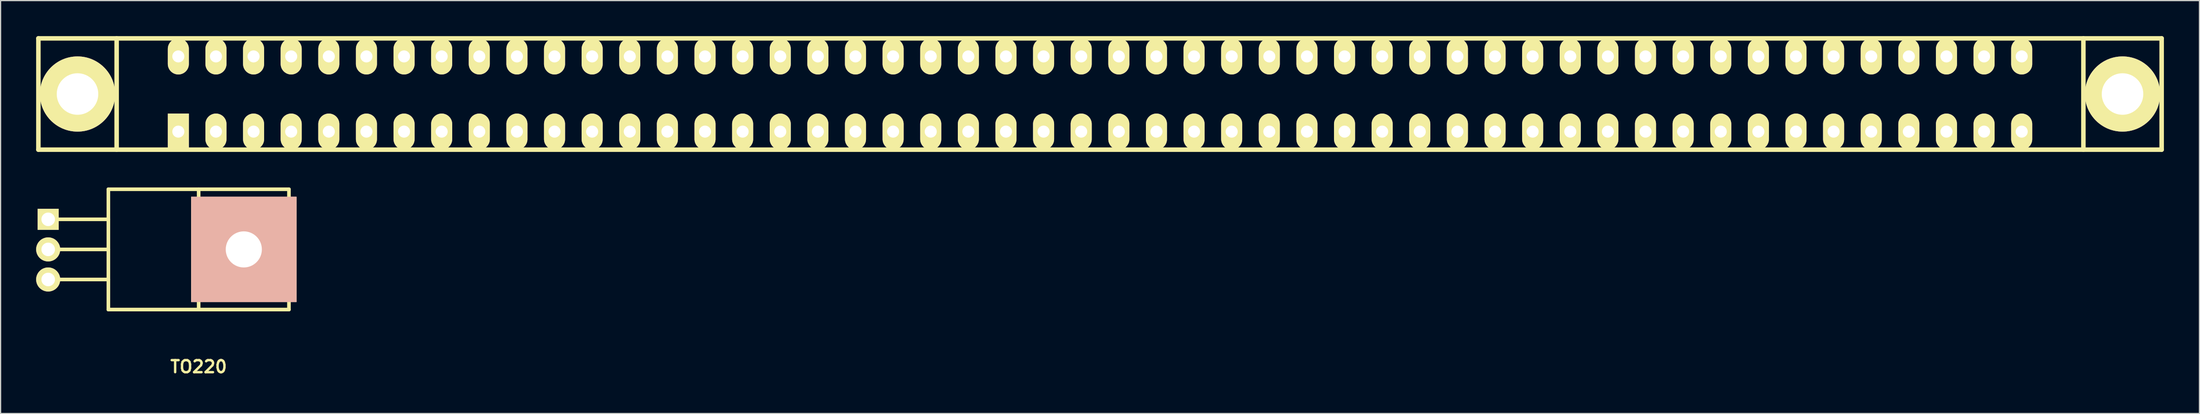
<source format=kicad_pcb>
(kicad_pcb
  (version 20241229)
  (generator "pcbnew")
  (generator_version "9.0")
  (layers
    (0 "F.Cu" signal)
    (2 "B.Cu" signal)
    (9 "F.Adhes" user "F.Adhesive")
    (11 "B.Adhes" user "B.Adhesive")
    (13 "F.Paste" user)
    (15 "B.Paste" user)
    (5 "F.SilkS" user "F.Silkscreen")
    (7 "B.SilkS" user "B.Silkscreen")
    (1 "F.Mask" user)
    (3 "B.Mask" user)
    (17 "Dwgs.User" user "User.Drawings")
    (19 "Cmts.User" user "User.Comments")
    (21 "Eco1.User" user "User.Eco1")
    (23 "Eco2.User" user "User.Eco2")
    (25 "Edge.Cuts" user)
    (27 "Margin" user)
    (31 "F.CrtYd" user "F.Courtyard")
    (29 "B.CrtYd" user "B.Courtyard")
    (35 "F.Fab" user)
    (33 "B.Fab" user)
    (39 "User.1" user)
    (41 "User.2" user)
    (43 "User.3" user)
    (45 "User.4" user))
  (footprint "TO220"
    (layer "F.Cu")
    (at 1.016 18.011)
    (property "Reference" "TO220" (at 12.7 9.906 0) (layer "F.SilkS") (effects (font (size 1.016 1.016) (thickness 0.203))))
    (fp_line (start 0 -2.54) (end 5.08 -2.54) (stroke (width 0.305) (type solid)) (layer "F.SilkS"))
    (fp_line (start 0 0) (end 5.08 0) (stroke (width 0.305) (type solid)) (layer "F.SilkS"))
    (fp_line (start 0 2.54) (end 5.08 2.54) (stroke (width 0.305) (type solid)) (layer "F.SilkS"))
    (fp_line (start 5.08 -5.08) (end 5.08 5.08) (stroke (width 0.305) (type solid)) (layer "F.SilkS"))
    (fp_line (start 5.08 5.08) (end 20.32 5.08) (stroke (width 0.305) (type solid)) (layer "F.SilkS"))
    (fp_line (start 12.7 3.81) (end 12.7 -5.08) (stroke (width 0.305) (type solid)) (layer "F.SilkS"))
    (fp_line (start 12.7 3.81) (end 12.7 5.08) (stroke (width 0.305) (type solid)) (layer "F.SilkS"))
    (fp_line (start 20.32 -5.08) (end 5.08 -5.08) (stroke (width 0.305) (type solid)) (layer "F.SilkS"))
    (fp_line (start 20.32 5.08) (end 20.32 -5.08) (stroke (width 0.305) (type solid)) (layer "F.SilkS"))
    (pad "1" thru_hole rect (at 0 -2.54) (size 1.778 1.778) (drill 1.143) (layers "*.Cu" "*.Mask" "F.SilkS"))
    (pad "2" thru_hole circle (at 0 0) (size 2.032 2.032) (drill 1.143) (layers "*.Cu" "*.Mask" "F.SilkS"))
    (pad "3" thru_hole circle (at 0 2.54) (size 2.032 2.032) (drill 1.143) (layers "*.Cu" "*.Mask" "F.SilkS"))
    (pad "4" thru_hole rect (at 16.51 0) (size 8.89 8.89) (drill 3.048) (layers "*.Cu" "*.SilkS" "*.Mask")))
  (footprint "S100_FEMALE"
    (layer "F.Cu")
    (at 89.667 4.884)
    (property "Reference" "S100_FEMALE" (at 0.127 -4.699 180) (layer "F.SilkS") (effects (font (size 0.127 0.127) (thickness 0.025))))
    (fp_line (start -89.477 4.704) (end -89.477 -4.694) (stroke (width 0.381) (type solid)) (layer "F.SilkS"))
    (fp_line (start -89.477 4.704) (end 89.72 4.704) (stroke (width 0.381) (type solid)) (layer "F.SilkS"))
    (fp_line (start -82.873 -4.694) (end -82.873 4.704) (stroke (width 0.381) (type solid)) (layer "F.SilkS"))
    (fp_line (start 83.116 -4.694) (end 83.116 4.704) (stroke (width 0.381) (type solid)) (layer "F.SilkS"))
    (fp_line (start 89.72 -4.694) (end -89.477 -4.694) (stroke (width 0.381) (type solid)) (layer "F.SilkS"))
    (fp_line (start 89.72 4.704) (end 89.72 -4.694) (stroke (width 0.381) (type solid)) (layer "F.SilkS"))
    (pad "1" thru_hole rect (at -77.666 3.18) (size 1.778 3.048) (drill 1.016) (layers "*.Cu" "*.Mask" "F.SilkS"))
    (pad "2" thru_hole oval (at -74.491 3.18) (size 1.778 3.048) (drill 1.016) (layers "*.Cu" "*.Mask" "F.SilkS"))
    (pad "3" thru_hole oval (at -71.316 3.18) (size 1.778 3.048) (drill 1.016) (layers "*.Cu" "*.Mask" "F.SilkS"))
    (pad "4" thru_hole oval (at -68.141 3.18) (size 1.778 3.048) (drill 1.016) (layers "*.Cu" "*.Mask" "F.SilkS"))
    (pad "5" thru_hole oval (at -64.966 3.18) (size 1.778 3.048) (drill 1.016) (layers "*.Cu" "*.Mask" "F.SilkS"))
    (pad "6" thru_hole oval (at -61.791 3.18) (size 1.778 3.048) (drill 1.016) (layers "*.Cu" "*.Mask" "F.SilkS"))
    (pad "7" thru_hole oval (at -58.616 3.18) (size 1.778 3.048) (drill 1.016) (layers "*.Cu" "*.Mask" "F.SilkS"))
    (pad "8" thru_hole oval (at -55.441 3.18) (size 1.778 3.048) (drill 1.016) (layers "*.Cu" "*.Mask" "F.SilkS"))
    (pad "9" thru_hole oval (at -52.266 3.18) (size 1.778 3.048) (drill 1.016) (layers "*.Cu" "*.Mask" "F.SilkS"))
    (pad "10" thru_hole oval (at -49.091 3.18) (size 1.778 3.048) (drill 1.016) (layers "*.Cu" "*.Mask" "F.SilkS"))
    (pad "11" thru_hole oval (at -45.916 3.18) (size 1.778 3.048) (drill 1.016) (layers "*.Cu" "*.Mask" "F.SilkS"))
    (pad "12" thru_hole oval (at -42.741 3.18) (size 1.778 3.048) (drill 1.016) (layers "*.Cu" "*.Mask" "F.SilkS"))
    (pad "13" thru_hole oval (at -39.566 3.18) (size 1.778 3.048) (drill 1.016) (layers "*.Cu" "*.Mask" "F.SilkS"))
    (pad "14" thru_hole oval (at -36.391 3.18) (size 1.778 3.048) (drill 1.016) (layers "*.Cu" "*.Mask" "F.SilkS"))
    (pad "15" thru_hole oval (at -33.216 3.18) (size 1.778 3.048) (drill 1.016) (layers "*.Cu" "*.Mask" "F.SilkS"))
    (pad "16" thru_hole oval (at -30.041 3.18) (size 1.778 3.048) (drill 1.016) (layers "*.Cu" "*.Mask" "F.SilkS"))
    (pad "17" thru_hole oval (at -26.866 3.18) (size 1.778 3.048) (drill 1.016) (layers "*.Cu" "*.Mask" "F.SilkS"))
    (pad "18" thru_hole oval (at -23.691 3.18) (size 1.778 3.048) (drill 1.016) (layers "*.Cu" "*.Mask" "F.SilkS"))
    (pad "19" thru_hole oval (at -20.516 3.18) (size 1.778 3.048) (drill 1.016) (layers "*.Cu" "*.Mask" "F.SilkS"))
    (pad "20" thru_hole oval (at -17.341 3.18) (size 1.778 3.048) (drill 1.016) (layers "*.Cu" "*.Mask" "F.SilkS"))
    (pad "21" thru_hole oval (at -14.166 3.18) (size 1.778 3.048) (drill 1.016) (layers "*.Cu" "*.Mask" "F.SilkS"))
    (pad "22" thru_hole oval (at -10.991 3.18) (size 1.778 3.048) (drill 1.016) (layers "*.Cu" "*.Mask" "F.SilkS"))
    (pad "23" thru_hole oval (at -7.816 3.18) (size 1.778 3.048) (drill 1.016) (layers "*.Cu" "*.Mask" "F.SilkS"))
    (pad "24" thru_hole oval (at -4.641 3.18) (size 1.778 3.048) (drill 1.016) (layers "*.Cu" "*.Mask" "F.SilkS"))
    (pad "25" thru_hole oval (at -1.466 3.18) (size 1.778 3.048) (drill 1.016) (layers "*.Cu" "*.Mask" "F.SilkS"))
    (pad "26" thru_hole oval (at 1.709 3.18) (size 1.778 3.048) (drill 1.016) (layers "*.Cu" "*.Mask" "F.SilkS"))
    (pad "27" thru_hole oval (at 4.884 3.18) (size 1.778 3.048) (drill 1.016) (layers "*.Cu" "*.Mask" "F.SilkS"))
    (pad "28" thru_hole oval (at 8.059 3.18) (size 1.778 3.048) (drill 1.016) (layers "*.Cu" "*.Mask" "F.SilkS"))
    (pad "29" thru_hole oval (at 11.234 3.18) (size 1.778 3.048) (drill 1.016) (layers "*.Cu" "*.Mask" "F.SilkS"))
    (pad "30" thru_hole oval (at 14.409 3.18) (size 1.778 3.048) (drill 1.016) (layers "*.Cu" "*.Mask" "F.SilkS"))
    (pad "31" thru_hole oval (at 17.584 3.18) (size 1.778 3.048) (drill 1.016) (layers "*.Cu" "*.Mask" "F.SilkS"))
    (pad "32" thru_hole oval (at 20.759 3.18) (size 1.778 3.048) (drill 1.016) (layers "*.Cu" "*.Mask" "F.SilkS"))
    (pad "33" thru_hole oval (at 23.934 3.18) (size 1.778 3.048) (drill 1.016) (layers "*.Cu" "*.Mask" "F.SilkS"))
    (pad "34" thru_hole oval (at 27.109 3.18) (size 1.778 3.048) (drill 1.016) (layers "*.Cu" "*.Mask" "F.SilkS"))
    (pad "35" thru_hole oval (at 30.284 3.18) (size 1.778 3.048) (drill 1.016) (layers "*.Cu" "*.Mask" "F.SilkS"))
    (pad "36" thru_hole oval (at 33.459 3.18) (size 1.778 3.048) (drill 1.016) (layers "*.Cu" "*.Mask" "F.SilkS"))
    (pad "37" thru_hole oval (at 36.634 3.18) (size 1.778 3.048) (drill 1.016) (layers "*.Cu" "*.Mask" "F.SilkS"))
    (pad "38" thru_hole oval (at 39.809 3.18) (size 1.778 3.048) (drill 1.016) (layers "*.Cu" "*.Mask" "F.SilkS"))
    (pad "39" thru_hole oval (at 42.984 3.18) (size 1.778 3.048) (drill 1.016) (layers "*.Cu" "*.Mask" "F.SilkS"))
    (pad "40" thru_hole oval (at 46.159 3.18) (size 1.778 3.048) (drill 1.016) (layers "*.Cu" "*.Mask" "F.SilkS"))
    (pad "41" thru_hole oval (at 49.334 3.18) (size 1.778 3.048) (drill 1.016) (layers "*.Cu" "*.Mask" "F.SilkS"))
    (pad "42" thru_hole oval (at 52.509 3.18) (size 1.778 3.048) (drill 1.016) (layers "*.Cu" "*.Mask" "F.SilkS"))
    (pad "43" thru_hole oval (at 55.684 3.18) (size 1.778 3.048) (drill 1.016) (layers "*.Cu" "*.Mask" "F.SilkS"))
    (pad "44" thru_hole oval (at 58.859 3.18) (size 1.778 3.048) (drill 1.016) (layers "*.Cu" "*.Mask" "F.SilkS"))
    (pad "45" thru_hole oval (at 62.034 3.18) (size 1.778 3.048) (drill 1.016) (layers "*.Cu" "*.Mask" "F.SilkS"))
    (pad "46" thru_hole oval (at 65.209 3.18) (size 1.778 3.048) (drill 1.016) (layers "*.Cu" "*.Mask" "F.SilkS"))
    (pad "47" thru_hole oval (at 68.384 3.18) (size 1.778 3.048) (drill 1.016) (layers "*.Cu" "*.Mask" "F.SilkS"))
    (pad "48" thru_hole oval (at 71.559 3.18) (size 1.778 3.048) (drill 1.016) (layers "*.Cu" "*.Mask" "F.SilkS"))
    (pad "49" thru_hole oval (at 74.734 3.18) (size 1.778 3.048) (drill 1.016) (layers "*.Cu" "*.Mask" "F.SilkS"))
    (pad "50" thru_hole oval (at 77.909 3.18) (size 1.778 3.048) (drill 1.016) (layers "*.Cu" "*.Mask" "F.SilkS"))
    (pad "51" thru_hole oval (at -77.666 -3.17) (size 1.778 3.048) (drill 1.016) (layers "*.Cu" "*.Mask" "F.SilkS"))
    (pad "52" thru_hole oval (at -74.491 -3.17) (size 1.778 3.048) (drill 1.016) (layers "*.Cu" "*.Mask" "F.SilkS"))
    (pad "53" thru_hole oval (at -71.316 -3.17) (size 1.778 3.048) (drill 1.016) (layers "*.Cu" "*.Mask" "F.SilkS"))
    (pad "54" thru_hole oval (at -68.141 -3.17) (size 1.778 3.048) (drill 1.016) (layers "*.Cu" "*.Mask" "F.SilkS"))
    (pad "55" thru_hole oval (at -64.966 -3.17) (size 1.778 3.048) (drill 1.016) (layers "*.Cu" "*.Mask" "F.SilkS"))
    (pad "56" thru_hole oval (at -61.791 -3.17) (size 1.778 3.048) (drill 1.016) (layers "*.Cu" "*.Mask" "F.SilkS"))
    (pad "57" thru_hole oval (at -58.616 -3.17) (size 1.778 3.048) (drill 1.016) (layers "*.Cu" "*.Mask" "F.SilkS"))
    (pad "58" thru_hole oval (at -55.441 -3.17) (size 1.778 3.048) (drill 1.016) (layers "*.Cu" "*.Mask" "F.SilkS"))
    (pad "59" thru_hole oval (at -52.266 -3.17) (size 1.778 3.048) (drill 1.016) (layers "*.Cu" "*.Mask" "F.SilkS"))
    (pad "60" thru_hole oval (at -49.091 -3.17) (size 1.778 3.048) (drill 1.016) (layers "*.Cu" "*.Mask" "F.SilkS"))
    (pad "61" thru_hole oval (at -45.916 -3.17) (size 1.778 3.048) (drill 1.016) (layers "*.Cu" "*.Mask" "F.SilkS"))
    (pad "62" thru_hole oval (at -42.741 -3.17) (size 1.778 3.048) (drill 1.016) (layers "*.Cu" "*.Mask" "F.SilkS"))
    (pad "63" thru_hole oval (at -39.566 -3.17) (size 1.778 3.048) (drill 1.016) (layers "*.Cu" "*.Mask" "F.SilkS"))
    (pad "64" thru_hole oval (at -36.391 -3.17) (size 1.778 3.048) (drill 1.016) (layers "*.Cu" "*.Mask" "F.SilkS"))
    (pad "65" thru_hole oval (at -33.216 -3.17) (size 1.778 3.048) (drill 1.016) (layers "*.Cu" "*.Mask" "F.SilkS"))
    (pad "66" thru_hole oval (at -30.041 -3.17) (size 1.778 3.048) (drill 1.016) (layers "*.Cu" "*.Mask" "F.SilkS"))
    (pad "67" thru_hole oval (at -26.866 -3.17) (size 1.778 3.048) (drill 1.016) (layers "*.Cu" "*.Mask" "F.SilkS"))
    (pad "68" thru_hole oval (at -23.691 -3.17) (size 1.778 3.048) (drill 1.016) (layers "*.Cu" "*.Mask" "F.SilkS"))
    (pad "69" thru_hole oval (at -20.516 -3.17) (size 1.778 3.048) (drill 1.016) (layers "*.Cu" "*.Mask" "F.SilkS"))
    (pad "70" thru_hole oval (at -17.341 -3.17) (size 1.778 3.048) (drill 1.016) (layers "*.Cu" "*.Mask" "F.SilkS"))
    (pad "71" thru_hole oval (at -14.166 -3.17) (size 1.778 3.048) (drill 1.016) (layers "*.Cu" "*.Mask" "F.SilkS"))
    (pad "72" thru_hole oval (at -10.991 -3.17) (size 1.778 3.048) (drill 1.016) (layers "*.Cu" "*.Mask" "F.SilkS"))
    (pad "73" thru_hole oval (at -7.816 -3.17) (size 1.778 3.048) (drill 1.016) (layers "*.Cu" "*.Mask" "F.SilkS"))
    (pad "74" thru_hole oval (at -4.641 -3.17) (size 1.778 3.048) (drill 1.016) (layers "*.Cu" "*.Mask" "F.SilkS"))
    (pad "75" thru_hole oval (at -1.466 -3.17) (size 1.778 3.048) (drill 1.016) (layers "*.Cu" "*.Mask" "F.SilkS"))
    (pad "76" thru_hole oval (at 1.709 -3.17) (size 1.778 3.048) (drill 1.016) (layers "*.Cu" "*.Mask" "F.SilkS"))
    (pad "77" thru_hole oval (at 4.884 -3.17) (size 1.778 3.048) (drill 1.016) (layers "*.Cu" "*.Mask" "F.SilkS"))
    (pad "78" thru_hole oval (at 8.059 -3.17) (size 1.778 3.048) (drill 1.016) (layers "*.Cu" "*.Mask" "F.SilkS"))
    (pad "79" thru_hole oval (at 11.234 -3.17) (size 1.778 3.048) (drill 1.016) (layers "*.Cu" "*.Mask" "F.SilkS"))
    (pad "80" thru_hole oval (at 14.409 -3.17) (size 1.778 3.048) (drill 1.016) (layers "*.Cu" "*.Mask" "F.SilkS"))
    (pad "81" thru_hole oval (at 17.584 -3.17) (size 1.778 3.048) (drill 1.016) (layers "*.Cu" "*.Mask" "F.SilkS"))
    (pad "82" thru_hole oval (at 20.759 -3.17) (size 1.778 3.048) (drill 1.016) (layers "*.Cu" "*.Mask" "F.SilkS"))
    (pad "83" thru_hole oval (at 23.934 -3.17) (size 1.778 3.048) (drill 1.016) (layers "*.Cu" "*.Mask" "F.SilkS"))
    (pad "84" thru_hole oval (at 27.109 -3.17) (size 1.778 3.048) (drill 1.016) (layers "*.Cu" "*.Mask" "F.SilkS"))
    (pad "85" thru_hole oval (at 30.284 -3.17) (size 1.778 3.048) (drill 1.016) (layers "*.Cu" "*.Mask" "F.SilkS"))
    (pad "86" thru_hole oval (at 33.459 -3.17) (size 1.778 3.048) (drill 1.016) (layers "*.Cu" "*.Mask" "F.SilkS"))
    (pad "87" thru_hole oval (at 36.634 -3.17) (size 1.778 3.048) (drill 1.016) (layers "*.Cu" "*.Mask" "F.SilkS"))
    (pad "88" thru_hole oval (at 39.809 -3.17) (size 1.778 3.048) (drill 1.016) (layers "*.Cu" "*.Mask" "F.SilkS"))
    (pad "89" thru_hole oval (at 42.984 -3.17) (size 1.778 3.048) (drill 1.016) (layers "*.Cu" "*.Mask" "F.SilkS"))
    (pad "90" thru_hole oval (at 46.159 -3.17) (size 1.778 3.048) (drill 1.016) (layers "*.Cu" "*.Mask" "F.SilkS"))
    (pad "91" thru_hole oval (at 49.334 -3.17) (size 1.778 3.048) (drill 1.016) (layers "*.Cu" "*.Mask" "F.SilkS"))
    (pad "92" thru_hole oval (at 52.509 -3.17) (size 1.778 3.048) (drill 1.016) (layers "*.Cu" "*.Mask" "F.SilkS"))
    (pad "93" thru_hole oval (at 55.684 -3.17) (size 1.778 3.048) (drill 1.016) (layers "*.Cu" "*.Mask" "F.SilkS"))
    (pad "94" thru_hole oval (at 58.859 -3.17) (size 1.778 3.048) (drill 1.016) (layers "*.Cu" "*.Mask" "F.SilkS"))
    (pad "95" thru_hole oval (at 62.034 -3.17) (size 1.778 3.048) (drill 1.016) (layers "*.Cu" "*.Mask" "F.SilkS"))
    (pad "96" thru_hole oval (at 65.209 -3.17) (size 1.778 3.048) (drill 1.016) (layers "*.Cu" "*.Mask" "F.SilkS"))
    (pad "97" thru_hole oval (at 68.384 -3.17) (size 1.778 3.048) (drill 1.016) (layers "*.Cu" "*.Mask" "F.SilkS"))
    (pad "98" thru_hole oval (at 71.559 -3.17) (size 1.778 3.048) (drill 1.016) (layers "*.Cu" "*.Mask" "F.SilkS"))
    (pad "99" thru_hole oval (at 74.734 -3.17) (size 1.778 3.048) (drill 1.016) (layers "*.Cu" "*.Mask" "F.SilkS"))
    (pad "100" thru_hole oval (at 77.909 -3.17) (size 1.778 3.048) (drill 1.016) (layers "*.Cu" "*.Mask" "F.SilkS"))
    (pad "101" thru_hole circle (at -86.175 0.005) (size 6.35 6.35) (drill 3.505) (layers "*.Cu" "*.Mask" "F.SilkS"))
    (pad "102" thru_hole circle (at 86.418 0.005) (size 6.35 6.35) (drill 3.505) (layers "*.Cu" "*.Mask" "F.SilkS")))
  (gr_rect
    (start -3 -3)
    (end 182.578 31.868)
    (stroke (width 0.1) (type default))
    (fill no)
    (layer "Edge.Cuts")))
</source>
